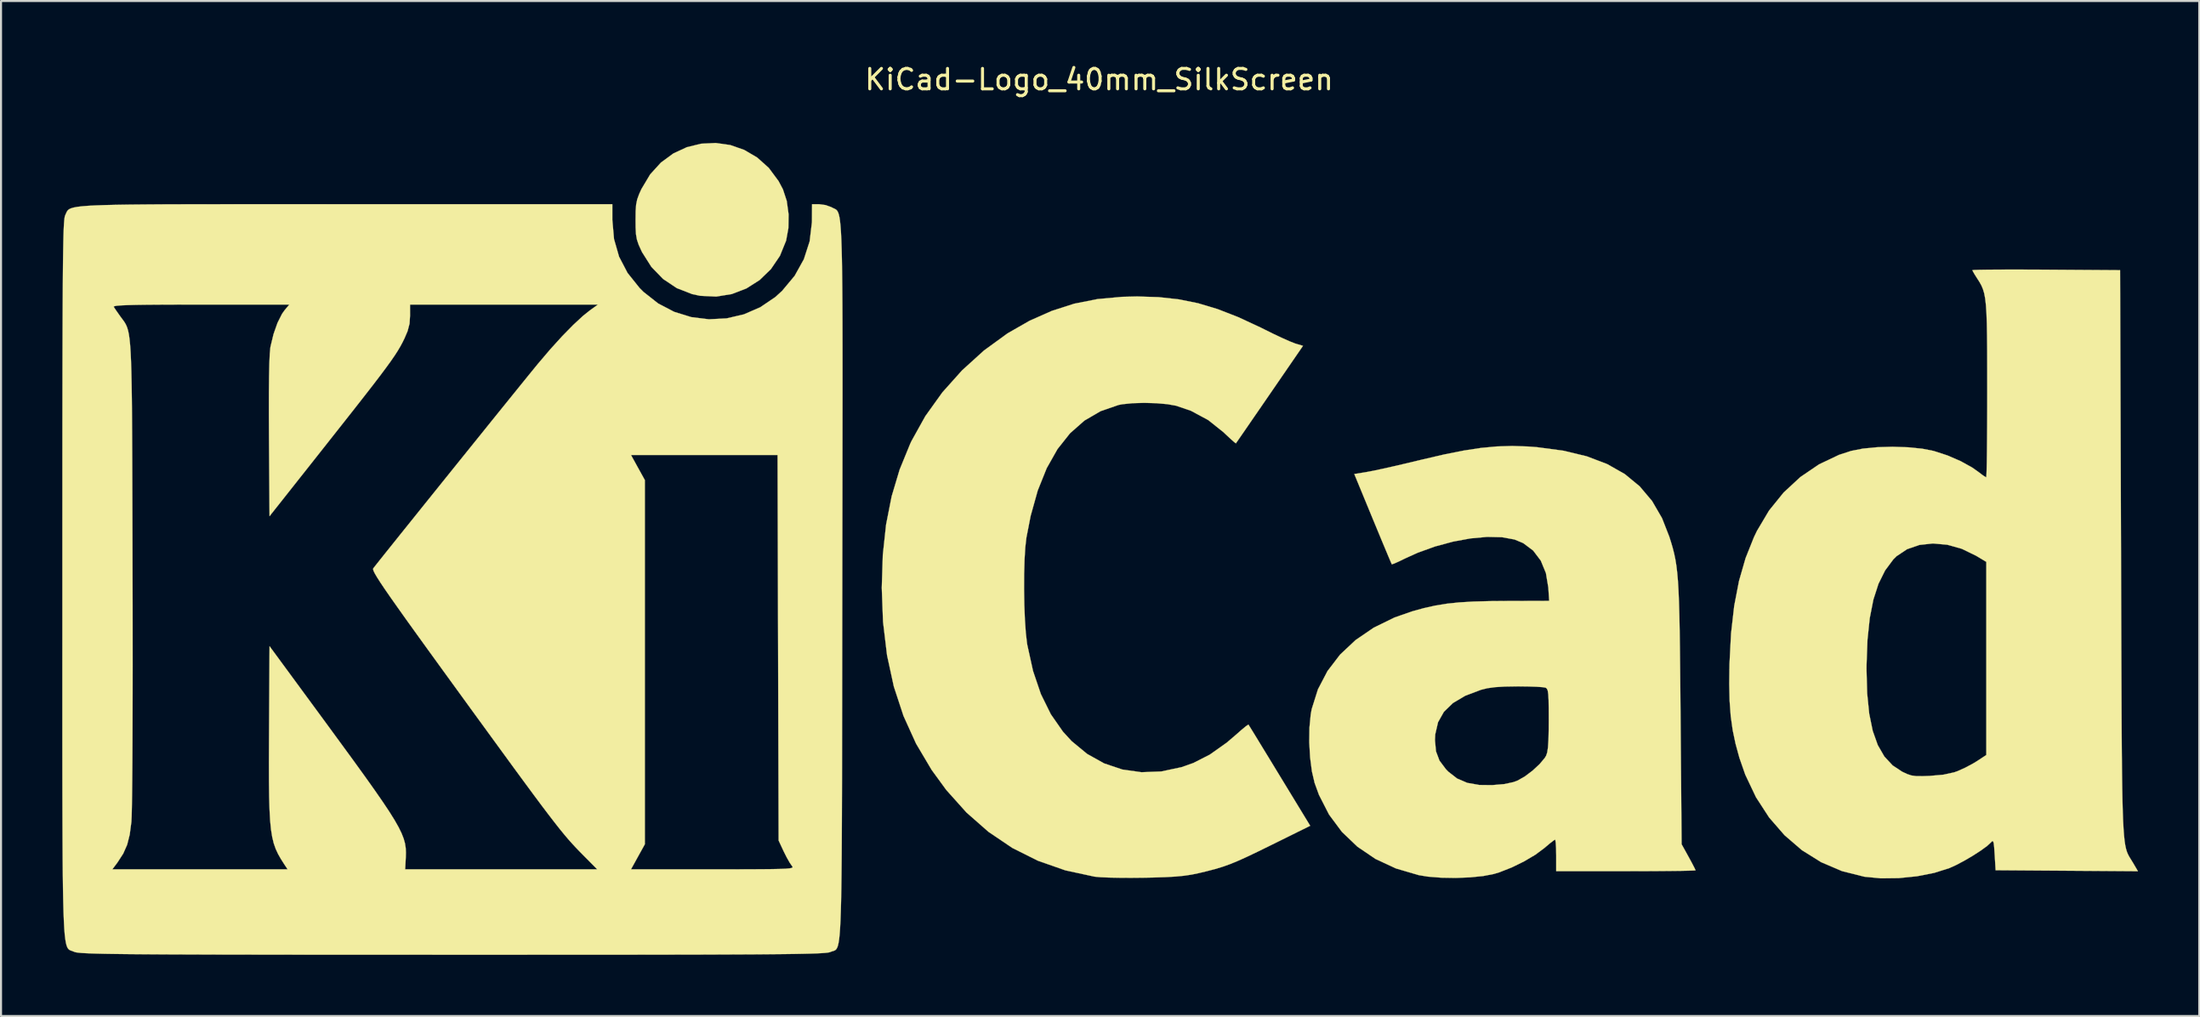
<source format=kicad_pcb>
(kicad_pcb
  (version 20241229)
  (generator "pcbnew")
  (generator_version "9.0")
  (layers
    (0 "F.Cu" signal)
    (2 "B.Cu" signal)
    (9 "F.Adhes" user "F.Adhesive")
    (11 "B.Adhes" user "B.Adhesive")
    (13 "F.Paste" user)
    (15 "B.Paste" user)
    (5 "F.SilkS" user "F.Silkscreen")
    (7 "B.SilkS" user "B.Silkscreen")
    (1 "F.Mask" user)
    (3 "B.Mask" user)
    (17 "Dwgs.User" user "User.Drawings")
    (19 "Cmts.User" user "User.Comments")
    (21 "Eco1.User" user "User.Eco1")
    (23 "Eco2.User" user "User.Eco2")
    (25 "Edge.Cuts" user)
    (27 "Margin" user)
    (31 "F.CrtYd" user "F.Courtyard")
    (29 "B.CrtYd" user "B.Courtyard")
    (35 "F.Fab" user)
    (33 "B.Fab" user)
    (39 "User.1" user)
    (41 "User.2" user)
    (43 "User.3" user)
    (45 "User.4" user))
  (footprint "KiCad-Logo_40mm_SilkScreen"
    (layer "F.Cu")
    (at 50.806 23.708)
    (property "Reference" "KiCad-Logo_40mm_SilkScreen" (at 0 -22.86 0) (layer "F.SilkS") (effects (font (size 1 1) (thickness 0.15))))
    (attr board_only exclude_from_pos_files exclude_from_bom allow_missing_courtyard)
    (fp_poly (pts (xy -18.076 -19.651) (xy -17.392 -19.413) (xy -16.756 -19.04) (xy -16.187 -18.531) (xy -15.708 -17.886) (xy -15.493 -17.48) (xy -15.306 -16.911) (xy -15.216 -16.254) (xy -15.226 -15.579) (xy -15.337 -14.968) (xy -15.641 -14.22) (xy -16.081 -13.572) (xy -16.635 -13.035) (xy -17.282 -12.624) (xy -17.998 -12.349) (xy -18.761 -12.225) (xy -19.549 -12.263) (xy -19.938 -12.345) (xy -20.695 -12.64) (xy -21.367 -13.089) (xy -21.938 -13.679) (xy -22.393 -14.397) (xy -22.431 -14.475) (xy -22.564 -14.769) (xy -22.647 -15.017) (xy -22.693 -15.278) (xy -22.711 -15.613) (xy -22.714 -15.977) (xy -22.709 -16.415) (xy -22.686 -16.732) (xy -22.634 -16.987) (xy -22.541 -17.243) (xy -22.426 -17.496) (xy -21.998 -18.213) (xy -21.47 -18.793) (xy -20.864 -19.237) (xy -20.201 -19.545) (xy -19.501 -19.716) (xy -18.786 -19.751) (xy -18.076 -19.651)) (stroke (width 0.01) (type solid)) (fill yes) (layer "F.SilkS"))
    (fp_poly (pts (xy 2.917 -12.197) (xy 3.899 -12.09) (xy 4.85 -11.898) (xy 5.809 -11.61) (xy 6.815 -11.218) (xy 7.907 -10.711) (xy 8.103 -10.613) (xy 8.554 -10.39) (xy 8.98 -10.19) (xy 9.338 -10.031) (xy 9.586 -9.933) (xy 9.624 -9.92) (xy 9.989 -9.811) (xy 8.354 -7.432) (xy 7.954 -6.85) (xy 7.588 -6.319) (xy 7.27 -5.856) (xy 7.01 -5.479) (xy 6.822 -5.207) (xy 6.718 -5.057) (xy 6.701 -5.033) (xy 6.632 -5.083) (xy 6.463 -5.232) (xy 6.223 -5.454) (xy 6.091 -5.58) (xy 5.343 -6.175) (xy 4.502 -6.627) (xy 3.778 -6.875) (xy 3.343 -6.953) (xy 2.799 -7) (xy 2.209 -7.016) (xy 1.638 -7) (xy 1.148 -6.951) (xy 0.953 -6.914) (xy 0.074 -6.611) (xy -0.719 -6.149) (xy -1.424 -5.528) (xy -2.041 -4.75) (xy -2.569 -3.815) (xy -3.008 -2.723) (xy -3.356 -1.477) (xy -3.564 -0.41) (xy -3.618 0.061) (xy -3.655 0.67) (xy -3.675 1.372) (xy -3.678 2.125) (xy -3.666 2.883) (xy -3.637 3.605) (xy -3.593 4.245) (xy -3.534 4.76) (xy -3.521 4.839) (xy -3.239 6.12) (xy -2.855 7.253) (xy -2.366 8.244) (xy -1.771 9.098) (xy -1.348 9.559) (xy -0.588 10.186) (xy 0.245 10.651) (xy 1.138 10.951) (xy 2.076 11.083) (xy 3.045 11.046) (xy 4.031 10.837) (xy 4.614 10.632) (xy 5.422 10.221) (xy 6.253 9.633) (xy 6.719 9.235) (xy 6.981 9.004) (xy 7.187 8.835) (xy 7.304 8.754) (xy 7.318 8.751) (xy 7.37 8.835) (xy 7.506 9.054) (xy 7.713 9.392) (xy 7.979 9.829) (xy 8.295 10.346) (xy 8.647 10.924) (xy 8.843 11.246) (xy 10.342 13.707) (xy 8.471 14.632) (xy 7.795 14.964) (xy 7.247 15.226) (xy 6.794 15.43) (xy 6.402 15.591) (xy 6.039 15.72) (xy 5.67 15.831) (xy 5.262 15.937) (xy 4.871 16.03) (xy 4.523 16.102) (xy 4.159 16.156) (xy 3.744 16.196) (xy 3.239 16.224) (xy 2.609 16.244) (xy 2.185 16.252) (xy 1.579 16.258) (xy 0.999 16.255) (xy 0.481 16.245) (xy 0.066 16.227) (xy -0.209 16.202) (xy -0.226 16.2) (xy -1.656 15.891) (xy -2.999 15.421) (xy -4.254 14.793) (xy -5.421 14.005) (xy -6.499 13.058) (xy -7.489 11.953) (xy -8.206 10.97) (xy -8.969 9.684) (xy -9.585 8.326) (xy -10.059 6.885) (xy -10.392 5.35) (xy -10.588 3.711) (xy -10.65 2.046) (xy -10.599 0.435) (xy -10.439 -1.051) (xy -10.166 -2.437) (xy -9.774 -3.749) (xy -9.257 -5.012) (xy -9.196 -5.142) (xy -8.516 -6.365) (xy -7.682 -7.529) (xy -6.716 -8.609) (xy -5.643 -9.582) (xy -4.485 -10.424) (xy -3.407 -11.041) (xy -2.317 -11.524) (xy -1.225 -11.875) (xy -0.089 -12.101) (xy 1.135 -12.213) (xy 1.866 -12.23) (xy 2.917 -12.197)) (stroke (width 0.01) (type solid)) (fill yes) (layer "F.SilkS"))
    (fp_poly (pts (xy 45.37 -13.548) (xy 46.144 -13.545) (xy 46.407 -13.543) (xy 50.026 -13.519) (xy 50.072 0.364) (xy 50.078 2.247) (xy 50.083 3.956) (xy 50.088 5.501) (xy 50.093 6.891) (xy 50.098 8.133) (xy 50.104 9.238) (xy 50.111 10.214) (xy 50.12 11.07) (xy 50.13 11.814) (xy 50.142 12.456) (xy 50.157 13.005) (xy 50.174 13.468) (xy 50.195 13.855) (xy 50.219 14.176) (xy 50.246 14.438) (xy 50.278 14.651) (xy 50.314 14.823) (xy 50.355 14.963) (xy 50.401 15.08) (xy 50.453 15.184) (xy 50.511 15.282) (xy 50.574 15.384) (xy 50.644 15.498) (xy 50.659 15.522) (xy 50.9 15.934) (xy 43.927 15.886) (xy 43.881 15.12) (xy 43.856 14.753) (xy 43.83 14.54) (xy 43.795 14.456) (xy 43.743 14.473) (xy 43.699 14.522) (xy 43.507 14.699) (xy 43.195 14.926) (xy 42.806 15.177) (xy 42.384 15.424) (xy 41.974 15.64) (xy 41.659 15.782) (xy 40.921 16.015) (xy 40.074 16.181) (xy 39.181 16.272) (xy 38.304 16.282) (xy 37.506 16.205) (xy 37.493 16.203) (xy 36.401 15.929) (xy 35.379 15.492) (xy 34.436 14.903) (xy 33.583 14.169) (xy 32.829 13.301) (xy 32.185 12.308) (xy 31.659 11.2) (xy 31.373 10.378) (xy 31.185 9.691) (xy 31.045 9.026) (xy 30.949 8.342) (xy 30.894 7.599) (xy 30.875 6.757) (xy 30.883 6.069) (xy 37.601 6.069) (xy 37.633 7.222) (xy 37.733 8.215) (xy 37.905 9.055) (xy 38.152 9.752) (xy 38.476 10.314) (xy 38.881 10.75) (xy 39.348 11.058) (xy 39.592 11.173) (xy 39.803 11.242) (xy 40.038 11.274) (xy 40.354 11.276) (xy 40.695 11.264) (xy 41.364 11.205) (xy 41.894 11.089) (xy 42.06 11.031) (xy 42.44 10.86) (xy 42.841 10.645) (xy 43.016 10.538) (xy 43.471 10.239) (xy 43.471 0.776) (xy 42.971 0.476) (xy 42.272 0.136) (xy 41.559 -0.064) (xy 40.856 -0.127) (xy 40.191 -0.054) (xy 39.589 0.154) (xy 39.075 0.496) (xy 38.91 0.66) (xy 38.511 1.197) (xy 38.188 1.848) (xy 37.938 2.623) (xy 37.759 3.534) (xy 37.648 4.591) (xy 37.603 5.807) (xy 37.601 6.069) (xy 30.883 6.069) (xy 30.887 5.783) (xy 30.964 4.284) (xy 31.118 2.932) (xy 31.354 1.708) (xy 31.676 0.59) (xy 32.087 -0.439) (xy 32.234 -0.744) (xy 32.825 -1.739) (xy 33.54 -2.623) (xy 34.361 -3.383) (xy 35.272 -4.002) (xy 36.255 -4.469) (xy 36.845 -4.661) (xy 37.424 -4.775) (xy 38.121 -4.843) (xy 38.877 -4.865) (xy 39.634 -4.84) (xy 40.333 -4.77) (xy 40.895 -4.659) (xy 41.563 -4.442) (xy 42.211 -4.162) (xy 42.777 -3.849) (xy 43.079 -3.636) (xy 43.287 -3.478) (xy 43.433 -3.382) (xy 43.466 -3.368) (xy 43.476 -3.457) (xy 43.486 -3.709) (xy 43.495 -4.108) (xy 43.502 -4.635) (xy 43.508 -5.273) (xy 43.513 -6.005) (xy 43.516 -6.811) (xy 43.517 -7.633) (xy 43.516 -8.685) (xy 43.514 -9.572) (xy 43.507 -10.311) (xy 43.496 -10.919) (xy 43.478 -11.413) (xy 43.452 -11.809) (xy 43.416 -12.125) (xy 43.369 -12.378) (xy 43.308 -12.584) (xy 43.234 -12.762) (xy 43.144 -12.926) (xy 43.036 -13.096) (xy 43.022 -13.117) (xy 42.884 -13.336) (xy 42.8 -13.487) (xy 42.789 -13.518) (xy 42.876 -13.528) (xy 43.127 -13.537) (xy 43.521 -13.543) (xy 44.039 -13.547) (xy 44.662 -13.549) (xy 45.37 -13.548)) (stroke (width 0.01) (type solid)) (fill yes) (layer "F.SilkS"))
    (fp_poly (pts (xy 21.003 -4.879) (xy 21.454 -4.845) (xy 22.745 -4.673) (xy 23.888 -4.399) (xy 24.889 -4.019) (xy 25.753 -3.53) (xy 26.486 -2.927) (xy 27.094 -2.207) (xy 27.583 -1.365) (xy 27.939 -0.455) (xy 28.03 -0.165) (xy 28.109 0.107) (xy 28.177 0.375) (xy 28.235 0.654) (xy 28.284 0.958) (xy 28.325 1.303) (xy 28.36 1.702) (xy 28.388 2.171) (xy 28.411 2.723) (xy 28.43 3.374) (xy 28.445 4.139) (xy 28.458 5.031) (xy 28.469 6.066) (xy 28.48 7.259) (xy 28.488 8.194) (xy 28.541 14.612) (xy 28.882 15.229) (xy 29.044 15.527) (xy 29.164 15.758) (xy 29.222 15.881) (xy 29.224 15.89) (xy 29.136 15.899) (xy 28.886 15.908) (xy 28.494 15.916) (xy 27.979 15.922) (xy 27.362 15.927) (xy 26.663 15.931) (xy 25.901 15.932) (xy 25.81 15.932) (xy 22.396 15.932) (xy 22.396 15.158) (xy 22.39 14.808) (xy 22.374 14.541) (xy 22.352 14.398) (xy 22.342 14.384) (xy 22.252 14.44) (xy 22.066 14.586) (xy 21.824 14.791) (xy 21.819 14.795) (xy 21.378 15.124) (xy 20.82 15.454) (xy 20.21 15.752) (xy 19.61 15.988) (xy 19.346 16.068) (xy 18.82 16.17) (xy 18.175 16.235) (xy 17.469 16.263) (xy 16.762 16.251) (xy 16.113 16.2) (xy 15.659 16.126) (xy 14.545 15.799) (xy 13.542 15.333) (xy 12.657 14.733) (xy 11.896 14.006) (xy 11.265 13.158) (xy 10.772 12.193) (xy 10.559 11.608) (xy 10.426 11.039) (xy 10.338 10.356) (xy 10.297 9.622) (xy 10.298 9.515) (xy 16.455 9.515) (xy 16.506 10.06) (xy 16.676 10.513) (xy 16.991 10.934) (xy 17.111 11.057) (xy 17.54 11.391) (xy 18.036 11.604) (xy 18.63 11.708) (xy 19.256 11.715) (xy 19.849 11.665) (xy 20.304 11.567) (xy 20.501 11.493) (xy 20.857 11.292) (xy 21.233 11.009) (xy 21.577 10.691) (xy 21.834 10.386) (xy 21.902 10.274) (xy 21.955 10.117) (xy 21.993 9.868) (xy 22.017 9.502) (xy 22.029 8.996) (xy 22.032 8.514) (xy 22.03 7.952) (xy 22.023 7.546) (xy 22.008 7.269) (xy 21.983 7.094) (xy 21.944 6.996) (xy 21.889 6.947) (xy 21.872 6.939) (xy 21.725 6.915) (xy 21.435 6.895) (xy 21.042 6.882) (xy 20.583 6.876) (xy 20.484 6.876) (xy 19.871 6.886) (xy 19.398 6.915) (xy 19.022 6.967) (xy 18.711 7.044) (xy 17.941 7.335) (xy 17.337 7.693) (xy 16.893 8.124) (xy 16.606 8.633) (xy 16.469 9.227) (xy 16.455 9.515) (xy 10.298 9.515) (xy 10.306 8.899) (xy 10.368 8.252) (xy 10.416 7.991) (xy 10.722 7.02) (xy 11.189 6.127) (xy 11.806 5.32) (xy 12.565 4.607) (xy 13.458 3.998) (xy 14.475 3.501) (xy 15.34 3.199) (xy 15.918 3.04) (xy 16.471 2.917) (xy 17.034 2.825) (xy 17.644 2.761) (xy 18.337 2.72) (xy 19.147 2.698) (xy 19.88 2.692) (xy 22.052 2.686) (xy 22.01 2.033) (xy 21.892 1.324) (xy 21.641 0.715) (xy 21.267 0.221) (xy 20.781 -0.143) (xy 20.354 -0.321) (xy 19.741 -0.433) (xy 19.011 -0.449) (xy 18.199 -0.375) (xy 17.339 -0.217) (xy 16.465 0.019) (xy 15.61 0.327) (xy 14.989 0.609) (xy 14.691 0.754) (xy 14.463 0.855) (xy 14.347 0.895) (xy 14.341 0.893) (xy 14.301 0.805) (xy 14.201 0.571) (xy 14.051 0.213) (xy 13.859 -0.246) (xy 13.636 -0.784) (xy 13.409 -1.332) (xy 12.503 -3.529) (xy 13.148 -3.635) (xy 13.427 -3.688) (xy 13.847 -3.777) (xy 14.372 -3.894) (xy 14.965 -4.032) (xy 15.592 -4.181) (xy 15.841 -4.241) (xy 16.919 -4.491) (xy 17.864 -4.679) (xy 18.709 -4.808) (xy 19.491 -4.881) (xy 20.243 -4.904) (xy 21.003 -4.879)) (stroke (width 0.01) (type solid)) (fill yes) (layer "F.SilkS"))
    (fp_poly (pts (xy -39.491 -16.752) (xy -37.737 -16.751) (xy -36.921 -16.751) (xy -23.852 -16.751) (xy -23.852 -15.981) (xy -23.77 -15.043) (xy -23.522 -14.179) (xy -23.106 -13.382) (xy -22.519 -12.648) (xy -22.32 -12.449) (xy -21.606 -11.887) (xy -20.819 -11.476) (xy -19.982 -11.218) (xy -19.118 -11.112) (xy -18.251 -11.157) (xy -17.405 -11.354) (xy -16.602 -11.703) (xy -15.866 -12.202) (xy -15.535 -12.503) (xy -14.919 -13.242) (xy -14.468 -14.054) (xy -14.184 -14.931) (xy -14.073 -15.863) (xy -14.071 -15.955) (xy -14.066 -16.751) (xy -13.715 -16.751) (xy -13.405 -16.709) (xy -13.121 -16.607) (xy -13.102 -16.596) (xy -13.038 -16.563) (xy -12.98 -16.537) (xy -12.926 -16.511) (xy -12.877 -16.477) (xy -12.832 -16.428) (xy -12.792 -16.356) (xy -12.756 -16.254) (xy -12.724 -16.114) (xy -12.696 -15.928) (xy -12.672 -15.689) (xy -12.65 -15.39) (xy -12.632 -15.023) (xy -12.617 -14.58) (xy -12.604 -14.054) (xy -12.594 -13.438) (xy -12.586 -12.723) (xy -12.58 -11.902) (xy -12.576 -10.968) (xy -12.574 -9.913) (xy -12.573 -8.73) (xy -12.573 -7.411) (xy -12.575 -5.948) (xy -12.577 -4.335) (xy -12.579 -2.562) (xy -12.582 -0.624) (xy -12.585 1.488) (xy -12.585 1.745) (xy -12.588 3.871) (xy -12.59 5.822) (xy -12.592 7.606) (xy -12.595 9.23) (xy -12.597 10.703) (xy -12.6 12.031) (xy -12.604 13.223) (xy -12.609 14.285) (xy -12.615 15.225) (xy -12.623 16.051) (xy -12.632 16.77) (xy -12.644 17.391) (xy -12.658 17.919) (xy -12.674 18.364) (xy -12.693 18.732) (xy -12.715 19.031) (xy -12.74 19.268) (xy -12.769 19.452) (xy -12.801 19.589) (xy -12.838 19.688) (xy -12.878 19.755) (xy -12.923 19.798) (xy -12.973 19.825) (xy -13.027 19.844) (xy -13.087 19.861) (xy -13.152 19.885) (xy -13.168 19.892) (xy -13.218 19.908) (xy -13.302 19.923) (xy -13.426 19.937) (xy -13.599 19.949) (xy -13.828 19.961) (xy -14.12 19.971) (xy -14.481 19.98) (xy -14.921 19.988) (xy -15.445 19.995) (xy -16.061 20.001) (xy -16.777 20.007) (xy -17.599 20.011) (xy -18.536 20.015) (xy -19.594 20.019) (xy -20.78 20.021) (xy -22.103 20.023) (xy -23.569 20.025) (xy -25.185 20.026) (xy -26.96 20.026) (xy -28.899 20.027) (xy -31.011 20.027) (xy -31.695 20.027) (xy -33.854 20.026) (xy -35.839 20.026) (xy -37.656 20.025) (xy -39.313 20.024) (xy -40.818 20.022) (xy -42.177 20.02) (xy -43.399 20.018) (xy -44.491 20.014) (xy -45.459 20.011) (xy -46.312 20.006) (xy -47.057 20.001) (xy -47.701 19.995) (xy -48.252 19.988) (xy -48.717 19.981) (xy -49.103 19.972) (xy -49.419 19.962) (xy -49.67 19.951) (xy -49.865 19.94) (xy -50.011 19.926) (xy -50.116 19.912) (xy -50.186 19.896) (xy -50.225 19.882) (xy -50.293 19.853) (xy -50.355 19.832) (xy -50.413 19.811) (xy -50.465 19.782) (xy -50.512 19.738) (xy -50.555 19.672) (xy -50.593 19.576) (xy -50.627 19.442) (xy -50.657 19.262) (xy -50.684 19.031) (xy -50.707 18.739) (xy -50.726 18.379) (xy -50.743 17.944) (xy -50.757 17.426) (xy -50.769 16.818) (xy -50.778 16.112) (xy -50.781 15.841) (xy -48.351 15.841) (xy -39.763 15.841) (xy -39.929 15.591) (xy -40.093 15.333) (xy -40.232 15.088) (xy -40.348 14.838) (xy -40.443 14.567) (xy -40.518 14.255) (xy -40.577 13.888) (xy -40.62 13.447) (xy -40.649 12.916) (xy -40.668 12.277) (xy -40.677 11.513) (xy -40.679 10.607) (xy -40.675 9.542) (xy -40.673 9.146) (xy -40.649 4.907) (xy -37.963 8.563) (xy -37.203 9.601) (xy -36.543 10.504) (xy -35.979 11.285) (xy -35.502 11.956) (xy -35.105 12.529) (xy -34.781 13.015) (xy -34.523 13.428) (xy -34.325 13.778) (xy -34.178 14.078) (xy -34.076 14.34) (xy -34.011 14.575) (xy -33.977 14.796) (xy -33.967 15.014) (xy -33.972 15.242) (xy -33.974 15.271) (xy -34.003 15.841) (xy -29.297 15.841) (xy -24.592 15.841) (xy -25.292 15.135) (xy -25.482 14.942) (xy -25.662 14.754) (xy -25.84 14.561) (xy -26.025 14.353) (xy -26.223 14.118) (xy -26.443 13.848) (xy -26.693 13.53) (xy -26.981 13.156) (xy -27.315 12.715) (xy -27.702 12.195) (xy -28.15 11.588) (xy -28.668 10.883) (xy -29.262 10.068) (xy -29.942 9.135) (xy -30.716 8.072) (xy -31.349 7.2) (xy -32.145 6.104) (xy -32.838 5.147) (xy -33.437 4.317) (xy -33.947 3.608) (xy -34.373 3.008) (xy -34.724 2.51) (xy -35.005 2.104) (xy -35.221 1.781) (xy -35.38 1.532) (xy -35.488 1.348) (xy -35.551 1.22) (xy -35.576 1.139) (xy -35.568 1.096) (xy -35.48 0.982) (xy -35.288 0.74) (xy -35.006 0.386) (xy -34.643 -0.067) (xy -34.213 -0.604) (xy -33.725 -1.211) (xy -33.193 -1.874) (xy -32.627 -2.578) (xy -32.039 -3.309) (xy -31.441 -4.052) (xy -31.111 -4.461) (xy -22.938 -4.461) (xy -22.599 -3.846) (xy -22.259 -3.232) (xy -22.259 14.612) (xy -22.599 15.226) (xy -22.938 15.841) (xy -18.92 15.841) (xy -17.961 15.841) (xy -17.169 15.839) (xy -16.528 15.836) (xy -16.024 15.831) (xy -15.642 15.823) (xy -15.366 15.812) (xy -15.181 15.796) (xy -15.071 15.776) (xy -15.023 15.75) (xy -15.021 15.718) (xy -15.048 15.679) (xy -15.049 15.679) (xy -15.163 15.513) (xy -15.315 15.243) (xy -15.45 14.974) (xy -15.704 14.43) (xy -15.73 4.984) (xy -15.756 -4.461) (xy -22.938 -4.461) (xy -31.111 -4.461) (xy -30.843 -4.794) (xy -30.258 -5.519) (xy -29.698 -6.215) (xy -29.173 -6.865) (xy -28.695 -7.456) (xy -28.276 -7.974) (xy -27.928 -8.403) (xy -27.661 -8.731) (xy -27.505 -8.922) (xy -26.897 -9.636) (xy -26.312 -10.281) (xy -25.77 -10.834) (xy -25.293 -11.276) (xy -24.954 -11.547) (xy -24.553 -11.835) (xy -33.766 -11.835) (xy -33.764 -11.295) (xy -33.789 -10.897) (xy -33.886 -10.529) (xy -34.036 -10.179) (xy -34.133 -9.982) (xy -34.238 -9.786) (xy -34.36 -9.58) (xy -34.508 -9.349) (xy -34.692 -9.081) (xy -34.922 -8.763) (xy -35.206 -8.382) (xy -35.556 -7.924) (xy -35.98 -7.378) (xy -36.488 -6.729) (xy -37.089 -5.966) (xy -37.793 -5.075) (xy -37.872 -4.974) (xy -40.649 -1.463) (xy -40.676 -5.352) (xy -40.681 -6.516) (xy -40.68 -7.503) (xy -40.672 -8.313) (xy -40.658 -8.952) (xy -40.637 -9.421) (xy -40.609 -9.725) (xy -40.599 -9.783) (xy -40.452 -10.39) (xy -40.259 -10.937) (xy -40.038 -11.377) (xy -39.906 -11.563) (xy -39.677 -11.835) (xy -44.015 -11.835) (xy -45.05 -11.834) (xy -45.915 -11.831) (xy -46.623 -11.826) (xy -47.188 -11.818) (xy -47.62 -11.807) (xy -47.934 -11.793) (xy -48.141 -11.775) (xy -48.254 -11.753) (xy -48.286 -11.727) (xy -48.284 -11.721) (xy -48.192 -11.583) (xy -48.039 -11.363) (xy -47.959 -11.251) (xy -47.877 -11.14) (xy -47.803 -11.041) (xy -47.737 -10.944) (xy -47.679 -10.838) (xy -47.627 -10.716) (xy -47.582 -10.566) (xy -47.542 -10.378) (xy -47.509 -10.144) (xy -47.48 -9.854) (xy -47.456 -9.497) (xy -47.436 -9.063) (xy -47.42 -8.544) (xy -47.407 -7.929) (xy -47.396 -7.208) (xy -47.388 -6.372) (xy -47.382 -5.411) (xy -47.377 -4.315) (xy -47.373 -3.075) (xy -47.369 -1.68) (xy -47.365 -0.121) (xy -47.362 1.311) (xy -47.358 2.908) (xy -47.357 4.431) (xy -47.356 5.872) (xy -47.358 7.219) (xy -47.361 8.464) (xy -47.365 9.597) (xy -47.37 10.608) (xy -47.377 11.487) (xy -47.385 12.225) (xy -47.395 12.812) (xy -47.405 13.238) (xy -47.417 13.493) (xy -47.419 13.52) (xy -47.5 14.139) (xy -47.625 14.635) (xy -47.817 15.069) (xy -48.095 15.498) (xy -48.129 15.545) (xy -48.351 15.841) (xy -50.781 15.841) (xy -50.786 15.3) (xy -50.791 14.376) (xy -50.795 13.332) (xy -50.798 12.159) (xy -50.8 10.851) (xy -50.801 9.4) (xy -50.801 7.798) (xy -50.801 6.038) (xy -50.8 4.113) (xy -50.8 2.014) (xy -50.8 1.598) (xy -50.8 -0.523) (xy -50.799 -2.469) (xy -50.799 -4.248) (xy -50.798 -5.867) (xy -50.796 -7.334) (xy -50.794 -8.656) (xy -50.791 -9.841) (xy -50.788 -10.897) (xy -50.784 -11.83) (xy -50.779 -12.648) (xy -50.774 -13.359) (xy -50.768 -13.97) (xy -50.76 -14.488) (xy -50.752 -14.922) (xy -50.743 -15.278) (xy -50.733 -15.564) (xy -50.721 -15.788) (xy -50.708 -15.956) (xy -50.694 -16.077) (xy -50.679 -16.158) (xy -50.663 -16.207) (xy -50.662 -16.208) (xy -50.628 -16.282) (xy -50.599 -16.349) (xy -50.567 -16.409) (xy -50.524 -16.463) (xy -50.46 -16.511) (xy -50.367 -16.553) (xy -50.236 -16.59) (xy -50.057 -16.623) (xy -49.824 -16.65) (xy -49.525 -16.674) (xy -49.154 -16.693) (xy -48.701 -16.709) (xy -48.157 -16.722) (xy -47.514 -16.732) (xy -46.762 -16.739) (xy -45.894 -16.745) (xy -44.9 -16.748) (xy -43.771 -16.75) (xy -42.5 -16.751) (xy -41.076 -16.752) (xy -39.491 -16.752)) (stroke (width 0.01) (type solid)) (fill yes) (layer "F.SilkS")))
  (gr_rect
    (start -3 -3)
    (end 104.711 46.74)
    (stroke (width 0.1) (type default))
    (fill no)
    (layer "Edge.Cuts")))
</source>
